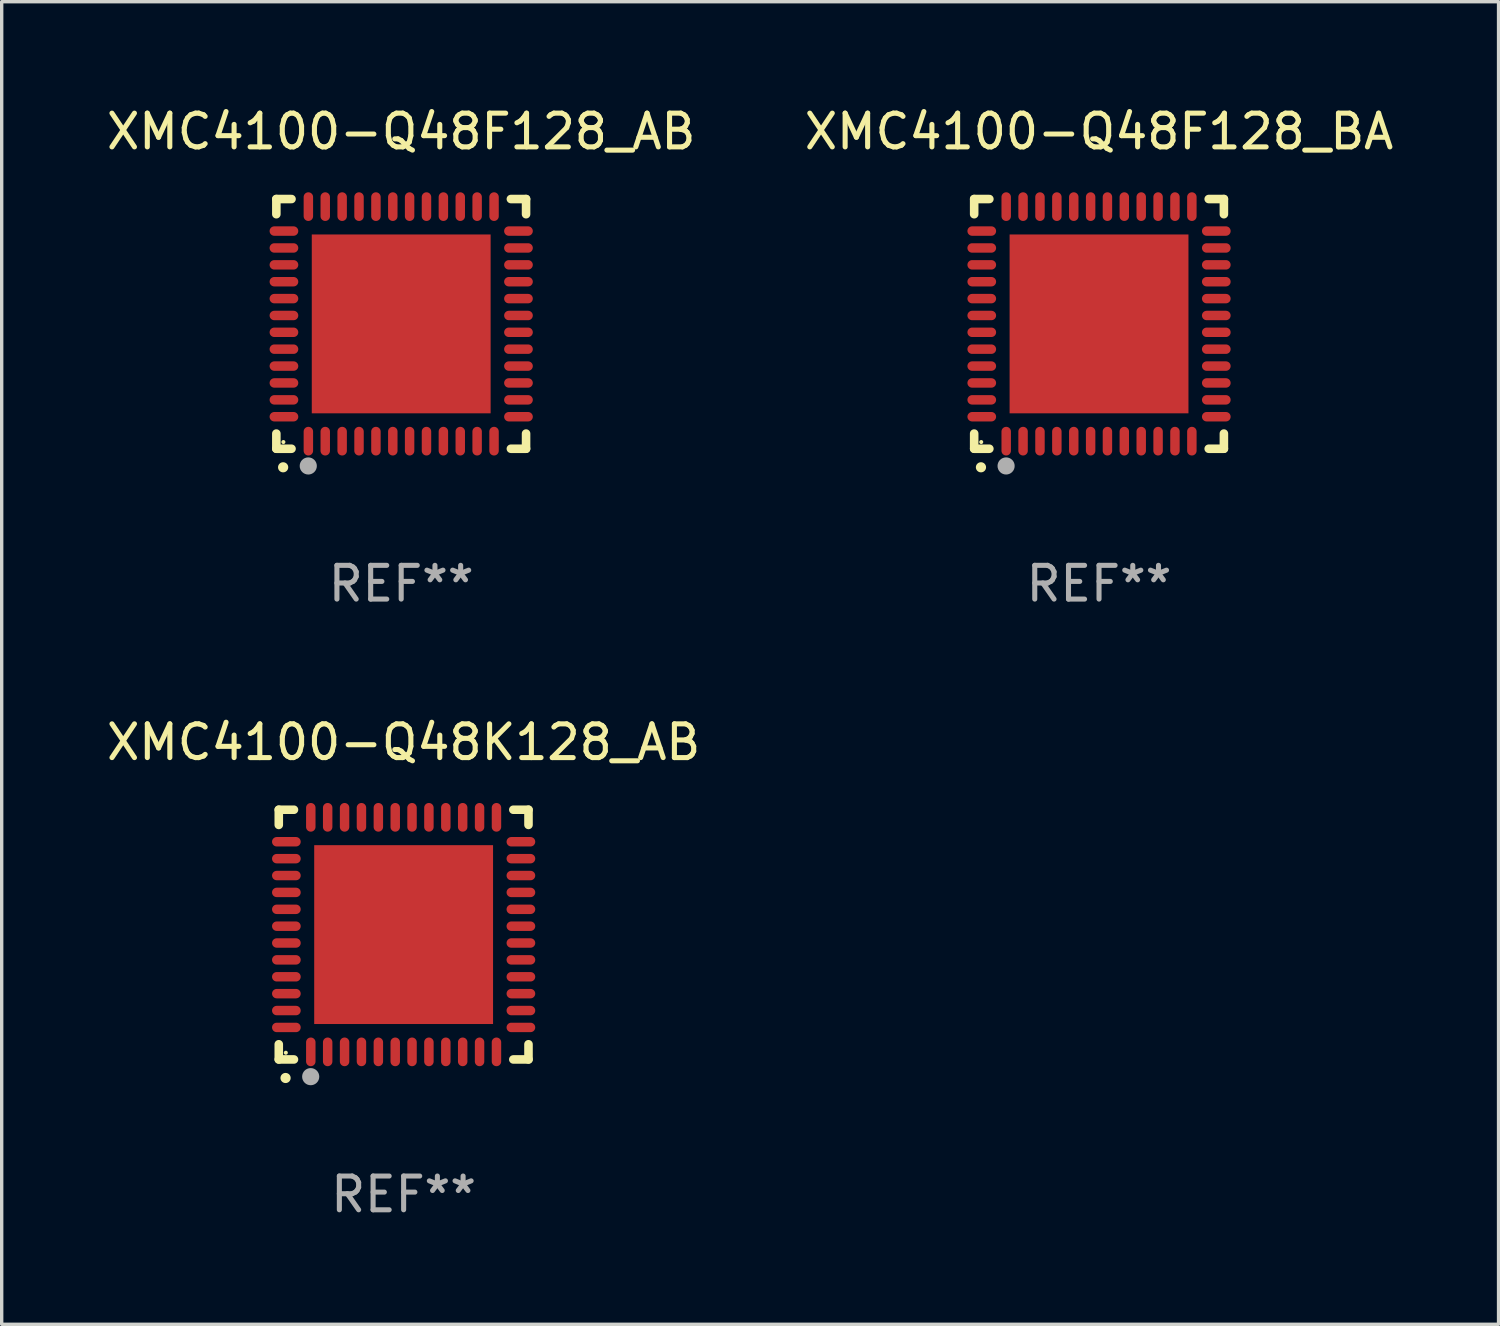
<source format=kicad_pcb>
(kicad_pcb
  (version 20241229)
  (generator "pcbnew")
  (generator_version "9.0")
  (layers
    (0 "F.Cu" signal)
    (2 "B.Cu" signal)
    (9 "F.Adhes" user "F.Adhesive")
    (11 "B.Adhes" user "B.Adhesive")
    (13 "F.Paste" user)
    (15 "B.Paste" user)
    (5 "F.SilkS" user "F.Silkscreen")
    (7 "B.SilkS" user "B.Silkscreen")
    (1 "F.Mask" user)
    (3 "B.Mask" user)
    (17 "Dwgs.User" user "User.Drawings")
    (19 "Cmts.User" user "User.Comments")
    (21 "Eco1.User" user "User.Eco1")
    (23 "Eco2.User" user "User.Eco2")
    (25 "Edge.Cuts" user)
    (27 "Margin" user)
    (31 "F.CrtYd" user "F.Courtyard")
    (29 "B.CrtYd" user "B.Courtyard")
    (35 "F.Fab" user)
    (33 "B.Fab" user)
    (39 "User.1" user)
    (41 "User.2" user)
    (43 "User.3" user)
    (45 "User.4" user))
  (footprint "XMC4100-Q48F128_AB"
    (layer "F.Cu")
    (at 8.839 6.548)
    (property "Reference" "XMC4100-Q48F128_AB" (at 0 -5.7 0) (layer "F.SilkS") (effects (font (size 1 1) (thickness 0.15))))
    (attr through_hole)
    (fp_line (start -3.7 -3.7) (end -3.25 -3.7) (stroke (width 0.254) (type solid)) (layer "F.SilkS"))
    (fp_line (start -3.7 -3.25) (end -3.7 -3.7) (stroke (width 0.254) (type solid)) (layer "F.SilkS"))
    (fp_line (start -3.7 3.7) (end -3.7 3.25) (stroke (width 0.254) (type solid)) (layer "F.SilkS"))
    (fp_line (start -3.25 3.7) (end -3.7 3.7) (stroke (width 0.254) (type solid)) (layer "F.SilkS"))
    (fp_line (start 3.25 3.7) (end 3.7 3.7) (stroke (width 0.254) (type solid)) (layer "F.SilkS"))
    (fp_line (start 3.7 -3.7) (end 3.25 -3.7) (stroke (width 0.254) (type solid)) (layer "F.SilkS"))
    (fp_line (start 3.7 -3.25) (end 3.7 -3.7) (stroke (width 0.254) (type solid)) (layer "F.SilkS"))
    (fp_line (start 3.7 3.7) (end 3.7 3.25) (stroke (width 0.254) (type solid)) (layer "F.SilkS"))
    (fp_arc (start -3.500127 4.249428) (mid -3.498857 4.249423) (end -3.497587 4.249428) (stroke (width 0.3) (type solid)) (layer "F.SilkS"))
    (fp_circle (center -3.491 3.501) (end -3.461 3.501) (stroke (width 0.06) (type solid)) (fill no) (layer "F.SilkS"))
    (fp_circle (center -2.754 4.21) (end -2.627 4.21) (stroke (width 0.254) (type solid)) (fill no) (layer "F.Fab"))
    (fp_text user "REF**" (at 0 7.7 0) (layer "F.Fab") (effects (font (size 1 1) (thickness 0.15))))
    (pad "1" smd oval (at -2.751 3.475) (size 0.28 0.85) (layers "F.Cu" "F.Mask" "F.Paste"))
    (pad "2" smd oval (at -2.251 3.475) (size 0.28 0.85) (layers "F.Cu" "F.Mask" "F.Paste"))
    (pad "3" smd oval (at -1.75 3.475) (size 0.28 0.85) (layers "F.Cu" "F.Mask" "F.Paste"))
    (pad "4" smd oval (at -1.25 3.475) (size 0.28 0.85) (layers "F.Cu" "F.Mask" "F.Paste"))
    (pad "5" smd oval (at -0.749 3.475) (size 0.28 0.85) (layers "F.Cu" "F.Mask" "F.Paste"))
    (pad "6" smd oval (at -0.249 3.475) (size 0.28 0.85) (layers "F.Cu" "F.Mask" "F.Paste"))
    (pad "7" smd oval (at 0.249 3.475) (size 0.28 0.85) (layers "F.Cu" "F.Mask" "F.Paste"))
    (pad "8" smd oval (at 0.749 3.475) (size 0.28 0.85) (layers "F.Cu" "F.Mask" "F.Paste"))
    (pad "9" smd oval (at 1.25 3.475) (size 0.28 0.85) (layers "F.Cu" "F.Mask" "F.Paste"))
    (pad "10" smd oval (at 1.75 3.475) (size 0.28 0.85) (layers "F.Cu" "F.Mask" "F.Paste"))
    (pad "11" smd oval (at 2.25 3.475) (size 0.28 0.85) (layers "F.Cu" "F.Mask" "F.Paste"))
    (pad "12" smd oval (at 2.751 3.475) (size 0.28 0.85) (layers "F.Cu" "F.Mask" "F.Paste"))
    (pad "13" smd oval (at 3.475 2.751) (size 0.85 0.28) (layers "F.Cu" "F.Mask" "F.Paste"))
    (pad "14" smd oval (at 3.475 2.251) (size 0.85 0.28) (layers "F.Cu" "F.Mask" "F.Paste"))
    (pad "15" smd oval (at 3.475 1.75) (size 0.85 0.28) (layers "F.Cu" "F.Mask" "F.Paste"))
    (pad "16" smd oval (at 3.475 1.25) (size 0.85 0.28) (layers "F.Cu" "F.Mask" "F.Paste"))
    (pad "17" smd oval (at 3.475 0.749) (size 0.85 0.28) (layers "F.Cu" "F.Mask" "F.Paste"))
    (pad "18" smd oval (at 3.475 0.249) (size 0.85 0.28) (layers "F.Cu" "F.Mask" "F.Paste"))
    (pad "19" smd oval (at 3.475 -0.249) (size 0.85 0.28) (layers "F.Cu" "F.Mask" "F.Paste"))
    (pad "20" smd oval (at 3.475 -0.749) (size 0.85 0.28) (layers "F.Cu" "F.Mask" "F.Paste"))
    (pad "21" smd oval (at 3.475 -1.25) (size 0.85 0.28) (layers "F.Cu" "F.Mask" "F.Paste"))
    (pad "22" smd oval (at 3.475 -1.75) (size 0.85 0.28) (layers "F.Cu" "F.Mask" "F.Paste"))
    (pad "23" smd oval (at 3.475 -2.25) (size 0.85 0.28) (layers "F.Cu" "F.Mask" "F.Paste"))
    (pad "24" smd oval (at 3.475 -2.751) (size 0.85 0.28) (layers "F.Cu" "F.Mask" "F.Paste"))
    (pad "25" smd oval (at 2.751 -3.475) (size 0.28 0.85) (layers "F.Cu" "F.Mask" "F.Paste"))
    (pad "26" smd oval (at 2.25 -3.475) (size 0.28 0.85) (layers "F.Cu" "F.Mask" "F.Paste"))
    (pad "27" smd oval (at 1.75 -3.475) (size 0.28 0.85) (layers "F.Cu" "F.Mask" "F.Paste"))
    (pad "28" smd oval (at 1.25 -3.475) (size 0.28 0.85) (layers "F.Cu" "F.Mask" "F.Paste"))
    (pad "29" smd oval (at 0.749 -3.475) (size 0.28 0.85) (layers "F.Cu" "F.Mask" "F.Paste"))
    (pad "30" smd oval (at 0.249 -3.475) (size 0.28 0.85) (layers "F.Cu" "F.Mask" "F.Paste"))
    (pad "31" smd oval (at -0.249 -3.475) (size 0.28 0.85) (layers "F.Cu" "F.Mask" "F.Paste"))
    (pad "32" smd oval (at -0.749 -3.475) (size 0.28 0.85) (layers "F.Cu" "F.Mask" "F.Paste"))
    (pad "33" smd oval (at -1.25 -3.475) (size 0.28 0.85) (layers "F.Cu" "F.Mask" "F.Paste"))
    (pad "34" smd oval (at -1.75 -3.475) (size 0.28 0.85) (layers "F.Cu" "F.Mask" "F.Paste"))
    (pad "35" smd oval (at -2.251 -3.475) (size 0.28 0.85) (layers "F.Cu" "F.Mask" "F.Paste"))
    (pad "36" smd oval (at -2.751 -3.475) (size 0.28 0.85) (layers "F.Cu" "F.Mask" "F.Paste"))
    (pad "37" smd oval (at -3.475 -2.751) (size 0.85 0.28) (layers "F.Cu" "F.Mask" "F.Paste"))
    (pad "38" smd oval (at -3.475 -2.25) (size 0.85 0.28) (layers "F.Cu" "F.Mask" "F.Paste"))
    (pad "39" smd oval (at -3.475 -1.75) (size 0.85 0.28) (layers "F.Cu" "F.Mask" "F.Paste"))
    (pad "40" smd oval (at -3.475 -1.25) (size 0.85 0.28) (layers "F.Cu" "F.Mask" "F.Paste"))
    (pad "41" smd oval (at -3.475 -0.749) (size 0.85 0.28) (layers "F.Cu" "F.Mask" "F.Paste"))
    (pad "42" smd oval (at -3.475 -0.249) (size 0.85 0.28) (layers "F.Cu" "F.Mask" "F.Paste"))
    (pad "43" smd oval (at -3.475 0.249) (size 0.85 0.28) (layers "F.Cu" "F.Mask" "F.Paste"))
    (pad "44" smd oval (at -3.475 0.749) (size 0.85 0.28) (layers "F.Cu" "F.Mask" "F.Paste"))
    (pad "45" smd oval (at -3.475 1.25) (size 0.85 0.28) (layers "F.Cu" "F.Mask" "F.Paste"))
    (pad "46" smd oval (at -3.475 1.75) (size 0.85 0.28) (layers "F.Cu" "F.Mask" "F.Paste"))
    (pad "47" smd oval (at -3.475 2.251) (size 0.85 0.28) (layers "F.Cu" "F.Mask" "F.Paste"))
    (pad "48" smd oval (at -3.475 2.751) (size 0.85 0.28) (layers "F.Cu" "F.Mask" "F.Paste"))
    (pad "49" smd rect (at -0.000102 0.000102) (size 5.3 5.3) (layers "F.Cu" "F.Mask" "F.Paste")))
  (footprint "XMC4100-Q48F128_BA"
    (layer "F.Cu")
    (at 29.518 6.548)
    (property "Reference" "XMC4100-Q48F128_BA" (at 0 -5.7 0) (layer "F.SilkS") (effects (font (size 1 1) (thickness 0.15))))
    (attr through_hole)
    (fp_line (start -3.7 -3.7) (end -3.25 -3.7) (stroke (width 0.254) (type solid)) (layer "F.SilkS"))
    (fp_line (start -3.7 -3.25) (end -3.7 -3.7) (stroke (width 0.254) (type solid)) (layer "F.SilkS"))
    (fp_line (start -3.7 3.7) (end -3.7 3.25) (stroke (width 0.254) (type solid)) (layer "F.SilkS"))
    (fp_line (start -3.25 3.7) (end -3.7 3.7) (stroke (width 0.254) (type solid)) (layer "F.SilkS"))
    (fp_line (start 3.25 3.7) (end 3.7 3.7) (stroke (width 0.254) (type solid)) (layer "F.SilkS"))
    (fp_line (start 3.7 -3.7) (end 3.25 -3.7) (stroke (width 0.254) (type solid)) (layer "F.SilkS"))
    (fp_line (start 3.7 -3.25) (end 3.7 -3.7) (stroke (width 0.254) (type solid)) (layer "F.SilkS"))
    (fp_line (start 3.7 3.7) (end 3.7 3.25) (stroke (width 0.254) (type solid)) (layer "F.SilkS"))
    (fp_arc (start -3.500127 4.249428) (mid -3.498857 4.249423) (end -3.497587 4.249428) (stroke (width 0.3) (type solid)) (layer "F.SilkS"))
    (fp_circle (center -3.491 3.501) (end -3.461 3.501) (stroke (width 0.06) (type solid)) (fill no) (layer "F.SilkS"))
    (fp_circle (center -2.754 4.21) (end -2.627 4.21) (stroke (width 0.254) (type solid)) (fill no) (layer "F.Fab"))
    (fp_text user "REF**" (at 0 7.7 0) (layer "F.Fab") (effects (font (size 1 1) (thickness 0.15))))
    (pad "1" smd oval (at -2.751 3.475) (size 0.28 0.85) (layers "F.Cu" "F.Mask" "F.Paste"))
    (pad "2" smd oval (at -2.251 3.475) (size 0.28 0.85) (layers "F.Cu" "F.Mask" "F.Paste"))
    (pad "3" smd oval (at -1.75 3.475) (size 0.28 0.85) (layers "F.Cu" "F.Mask" "F.Paste"))
    (pad "4" smd oval (at -1.25 3.475) (size 0.28 0.85) (layers "F.Cu" "F.Mask" "F.Paste"))
    (pad "5" smd oval (at -0.749 3.475) (size 0.28 0.85) (layers "F.Cu" "F.Mask" "F.Paste"))
    (pad "6" smd oval (at -0.249 3.475) (size 0.28 0.85) (layers "F.Cu" "F.Mask" "F.Paste"))
    (pad "7" smd oval (at 0.249 3.475) (size 0.28 0.85) (layers "F.Cu" "F.Mask" "F.Paste"))
    (pad "8" smd oval (at 0.749 3.475) (size 0.28 0.85) (layers "F.Cu" "F.Mask" "F.Paste"))
    (pad "9" smd oval (at 1.25 3.475) (size 0.28 0.85) (layers "F.Cu" "F.Mask" "F.Paste"))
    (pad "10" smd oval (at 1.75 3.475) (size 0.28 0.85) (layers "F.Cu" "F.Mask" "F.Paste"))
    (pad "11" smd oval (at 2.25 3.475) (size 0.28 0.85) (layers "F.Cu" "F.Mask" "F.Paste"))
    (pad "12" smd oval (at 2.751 3.475) (size 0.28 0.85) (layers "F.Cu" "F.Mask" "F.Paste"))
    (pad "13" smd oval (at 3.475 2.751) (size 0.85 0.28) (layers "F.Cu" "F.Mask" "F.Paste"))
    (pad "14" smd oval (at 3.475 2.251) (size 0.85 0.28) (layers "F.Cu" "F.Mask" "F.Paste"))
    (pad "15" smd oval (at 3.475 1.75) (size 0.85 0.28) (layers "F.Cu" "F.Mask" "F.Paste"))
    (pad "16" smd oval (at 3.475 1.25) (size 0.85 0.28) (layers "F.Cu" "F.Mask" "F.Paste"))
    (pad "17" smd oval (at 3.475 0.749) (size 0.85 0.28) (layers "F.Cu" "F.Mask" "F.Paste"))
    (pad "18" smd oval (at 3.475 0.249) (size 0.85 0.28) (layers "F.Cu" "F.Mask" "F.Paste"))
    (pad "19" smd oval (at 3.475 -0.249) (size 0.85 0.28) (layers "F.Cu" "F.Mask" "F.Paste"))
    (pad "20" smd oval (at 3.475 -0.749) (size 0.85 0.28) (layers "F.Cu" "F.Mask" "F.Paste"))
    (pad "21" smd oval (at 3.475 -1.25) (size 0.85 0.28) (layers "F.Cu" "F.Mask" "F.Paste"))
    (pad "22" smd oval (at 3.475 -1.75) (size 0.85 0.28) (layers "F.Cu" "F.Mask" "F.Paste"))
    (pad "23" smd oval (at 3.475 -2.25) (size 0.85 0.28) (layers "F.Cu" "F.Mask" "F.Paste"))
    (pad "24" smd oval (at 3.475 -2.751) (size 0.85 0.28) (layers "F.Cu" "F.Mask" "F.Paste"))
    (pad "25" smd oval (at 2.751 -3.475) (size 0.28 0.85) (layers "F.Cu" "F.Mask" "F.Paste"))
    (pad "26" smd oval (at 2.25 -3.475) (size 0.28 0.85) (layers "F.Cu" "F.Mask" "F.Paste"))
    (pad "27" smd oval (at 1.75 -3.475) (size 0.28 0.85) (layers "F.Cu" "F.Mask" "F.Paste"))
    (pad "28" smd oval (at 1.25 -3.475) (size 0.28 0.85) (layers "F.Cu" "F.Mask" "F.Paste"))
    (pad "29" smd oval (at 0.749 -3.475) (size 0.28 0.85) (layers "F.Cu" "F.Mask" "F.Paste"))
    (pad "30" smd oval (at 0.249 -3.475) (size 0.28 0.85) (layers "F.Cu" "F.Mask" "F.Paste"))
    (pad "31" smd oval (at -0.249 -3.475) (size 0.28 0.85) (layers "F.Cu" "F.Mask" "F.Paste"))
    (pad "32" smd oval (at -0.749 -3.475) (size 0.28 0.85) (layers "F.Cu" "F.Mask" "F.Paste"))
    (pad "33" smd oval (at -1.25 -3.475) (size 0.28 0.85) (layers "F.Cu" "F.Mask" "F.Paste"))
    (pad "34" smd oval (at -1.75 -3.475) (size 0.28 0.85) (layers "F.Cu" "F.Mask" "F.Paste"))
    (pad "35" smd oval (at -2.251 -3.475) (size 0.28 0.85) (layers "F.Cu" "F.Mask" "F.Paste"))
    (pad "36" smd oval (at -2.751 -3.475) (size 0.28 0.85) (layers "F.Cu" "F.Mask" "F.Paste"))
    (pad "37" smd oval (at -3.475 -2.751) (size 0.85 0.28) (layers "F.Cu" "F.Mask" "F.Paste"))
    (pad "38" smd oval (at -3.475 -2.25) (size 0.85 0.28) (layers "F.Cu" "F.Mask" "F.Paste"))
    (pad "39" smd oval (at -3.475 -1.75) (size 0.85 0.28) (layers "F.Cu" "F.Mask" "F.Paste"))
    (pad "40" smd oval (at -3.475 -1.25) (size 0.85 0.28) (layers "F.Cu" "F.Mask" "F.Paste"))
    (pad "41" smd oval (at -3.475 -0.749) (size 0.85 0.28) (layers "F.Cu" "F.Mask" "F.Paste"))
    (pad "42" smd oval (at -3.475 -0.249) (size 0.85 0.28) (layers "F.Cu" "F.Mask" "F.Paste"))
    (pad "43" smd oval (at -3.475 0.249) (size 0.85 0.28) (layers "F.Cu" "F.Mask" "F.Paste"))
    (pad "44" smd oval (at -3.475 0.749) (size 0.85 0.28) (layers "F.Cu" "F.Mask" "F.Paste"))
    (pad "45" smd oval (at -3.475 1.25) (size 0.85 0.28) (layers "F.Cu" "F.Mask" "F.Paste"))
    (pad "46" smd oval (at -3.475 1.75) (size 0.85 0.28) (layers "F.Cu" "F.Mask" "F.Paste"))
    (pad "47" smd oval (at -3.475 2.251) (size 0.85 0.28) (layers "F.Cu" "F.Mask" "F.Paste"))
    (pad "48" smd oval (at -3.475 2.751) (size 0.85 0.28) (layers "F.Cu" "F.Mask" "F.Paste"))
    (pad "49" smd rect (at -0.000102 0.000102) (size 5.3 5.3) (layers "F.Cu" "F.Mask" "F.Paste")))
  (footprint "XMC4100-Q48K128_AB"
    (layer "F.Cu")
    (at 8.911 24.645)
    (property "Reference" "XMC4100-Q48K128_AB" (at 0 -5.7 0) (layer "F.SilkS") (effects (font (size 1 1) (thickness 0.15))))
    (attr through_hole)
    (fp_line (start -3.7 -3.7) (end -3.25 -3.7) (stroke (width 0.254) (type solid)) (layer "F.SilkS"))
    (fp_line (start -3.7 -3.25) (end -3.7 -3.7) (stroke (width 0.254) (type solid)) (layer "F.SilkS"))
    (fp_line (start -3.7 3.7) (end -3.7 3.25) (stroke (width 0.254) (type solid)) (layer "F.SilkS"))
    (fp_line (start -3.25 3.7) (end -3.7 3.7) (stroke (width 0.254) (type solid)) (layer "F.SilkS"))
    (fp_line (start 3.25 3.7) (end 3.7 3.7) (stroke (width 0.254) (type solid)) (layer "F.SilkS"))
    (fp_line (start 3.7 -3.7) (end 3.25 -3.7) (stroke (width 0.254) (type solid)) (layer "F.SilkS"))
    (fp_line (start 3.7 -3.25) (end 3.7 -3.7) (stroke (width 0.254) (type solid)) (layer "F.SilkS"))
    (fp_line (start 3.7 3.7) (end 3.7 3.25) (stroke (width 0.254) (type solid)) (layer "F.SilkS"))
    (fp_arc (start -3.500127 4.249428) (mid -3.498857 4.249423) (end -3.497587 4.249428) (stroke (width 0.3) (type solid)) (layer "F.SilkS"))
    (fp_circle (center -3.491 3.501) (end -3.461 3.501) (stroke (width 0.06) (type solid)) (fill no) (layer "F.SilkS"))
    (fp_circle (center -2.754 4.21) (end -2.627 4.21) (stroke (width 0.254) (type solid)) (fill no) (layer "F.Fab"))
    (fp_text user "REF**" (at 0 7.7 0) (layer "F.Fab") (effects (font (size 1 1) (thickness 0.15))))
    (pad "1" smd oval (at -2.751 3.475) (size 0.28 0.85) (layers "F.Cu" "F.Mask" "F.Paste"))
    (pad "2" smd oval (at -2.251 3.475) (size 0.28 0.85) (layers "F.Cu" "F.Mask" "F.Paste"))
    (pad "3" smd oval (at -1.75 3.475) (size 0.28 0.85) (layers "F.Cu" "F.Mask" "F.Paste"))
    (pad "4" smd oval (at -1.25 3.475) (size 0.28 0.85) (layers "F.Cu" "F.Mask" "F.Paste"))
    (pad "5" smd oval (at -0.749 3.475) (size 0.28 0.85) (layers "F.Cu" "F.Mask" "F.Paste"))
    (pad "6" smd oval (at -0.249 3.475) (size 0.28 0.85) (layers "F.Cu" "F.Mask" "F.Paste"))
    (pad "7" smd oval (at 0.249 3.475) (size 0.28 0.85) (layers "F.Cu" "F.Mask" "F.Paste"))
    (pad "8" smd oval (at 0.749 3.475) (size 0.28 0.85) (layers "F.Cu" "F.Mask" "F.Paste"))
    (pad "9" smd oval (at 1.25 3.475) (size 0.28 0.85) (layers "F.Cu" "F.Mask" "F.Paste"))
    (pad "10" smd oval (at 1.75 3.475) (size 0.28 0.85) (layers "F.Cu" "F.Mask" "F.Paste"))
    (pad "11" smd oval (at 2.25 3.475) (size 0.28 0.85) (layers "F.Cu" "F.Mask" "F.Paste"))
    (pad "12" smd oval (at 2.751 3.475) (size 0.28 0.85) (layers "F.Cu" "F.Mask" "F.Paste"))
    (pad "13" smd oval (at 3.475 2.751) (size 0.85 0.28) (layers "F.Cu" "F.Mask" "F.Paste"))
    (pad "14" smd oval (at 3.475 2.251) (size 0.85 0.28) (layers "F.Cu" "F.Mask" "F.Paste"))
    (pad "15" smd oval (at 3.475 1.75) (size 0.85 0.28) (layers "F.Cu" "F.Mask" "F.Paste"))
    (pad "16" smd oval (at 3.475 1.25) (size 0.85 0.28) (layers "F.Cu" "F.Mask" "F.Paste"))
    (pad "17" smd oval (at 3.475 0.749) (size 0.85 0.28) (layers "F.Cu" "F.Mask" "F.Paste"))
    (pad "18" smd oval (at 3.475 0.249) (size 0.85 0.28) (layers "F.Cu" "F.Mask" "F.Paste"))
    (pad "19" smd oval (at 3.475 -0.249) (size 0.85 0.28) (layers "F.Cu" "F.Mask" "F.Paste"))
    (pad "20" smd oval (at 3.475 -0.749) (size 0.85 0.28) (layers "F.Cu" "F.Mask" "F.Paste"))
    (pad "21" smd oval (at 3.475 -1.25) (size 0.85 0.28) (layers "F.Cu" "F.Mask" "F.Paste"))
    (pad "22" smd oval (at 3.475 -1.75) (size 0.85 0.28) (layers "F.Cu" "F.Mask" "F.Paste"))
    (pad "23" smd oval (at 3.475 -2.25) (size 0.85 0.28) (layers "F.Cu" "F.Mask" "F.Paste"))
    (pad "24" smd oval (at 3.475 -2.751) (size 0.85 0.28) (layers "F.Cu" "F.Mask" "F.Paste"))
    (pad "25" smd oval (at 2.751 -3.475) (size 0.28 0.85) (layers "F.Cu" "F.Mask" "F.Paste"))
    (pad "26" smd oval (at 2.25 -3.475) (size 0.28 0.85) (layers "F.Cu" "F.Mask" "F.Paste"))
    (pad "27" smd oval (at 1.75 -3.475) (size 0.28 0.85) (layers "F.Cu" "F.Mask" "F.Paste"))
    (pad "28" smd oval (at 1.25 -3.475) (size 0.28 0.85) (layers "F.Cu" "F.Mask" "F.Paste"))
    (pad "29" smd oval (at 0.749 -3.475) (size 0.28 0.85) (layers "F.Cu" "F.Mask" "F.Paste"))
    (pad "30" smd oval (at 0.249 -3.475) (size 0.28 0.85) (layers "F.Cu" "F.Mask" "F.Paste"))
    (pad "31" smd oval (at -0.249 -3.475) (size 0.28 0.85) (layers "F.Cu" "F.Mask" "F.Paste"))
    (pad "32" smd oval (at -0.749 -3.475) (size 0.28 0.85) (layers "F.Cu" "F.Mask" "F.Paste"))
    (pad "33" smd oval (at -1.25 -3.475) (size 0.28 0.85) (layers "F.Cu" "F.Mask" "F.Paste"))
    (pad "34" smd oval (at -1.75 -3.475) (size 0.28 0.85) (layers "F.Cu" "F.Mask" "F.Paste"))
    (pad "35" smd oval (at -2.251 -3.475) (size 0.28 0.85) (layers "F.Cu" "F.Mask" "F.Paste"))
    (pad "36" smd oval (at -2.751 -3.475) (size 0.28 0.85) (layers "F.Cu" "F.Mask" "F.Paste"))
    (pad "37" smd oval (at -3.475 -2.751) (size 0.85 0.28) (layers "F.Cu" "F.Mask" "F.Paste"))
    (pad "38" smd oval (at -3.475 -2.25) (size 0.85 0.28) (layers "F.Cu" "F.Mask" "F.Paste"))
    (pad "39" smd oval (at -3.475 -1.75) (size 0.85 0.28) (layers "F.Cu" "F.Mask" "F.Paste"))
    (pad "40" smd oval (at -3.475 -1.25) (size 0.85 0.28) (layers "F.Cu" "F.Mask" "F.Paste"))
    (pad "41" smd oval (at -3.475 -0.749) (size 0.85 0.28) (layers "F.Cu" "F.Mask" "F.Paste"))
    (pad "42" smd oval (at -3.475 -0.249) (size 0.85 0.28) (layers "F.Cu" "F.Mask" "F.Paste"))
    (pad "43" smd oval (at -3.475 0.249) (size 0.85 0.28) (layers "F.Cu" "F.Mask" "F.Paste"))
    (pad "44" smd oval (at -3.475 0.749) (size 0.85 0.28) (layers "F.Cu" "F.Mask" "F.Paste"))
    (pad "45" smd oval (at -3.475 1.25) (size 0.85 0.28) (layers "F.Cu" "F.Mask" "F.Paste"))
    (pad "46" smd oval (at -3.475 1.75) (size 0.85 0.28) (layers "F.Cu" "F.Mask" "F.Paste"))
    (pad "47" smd oval (at -3.475 2.251) (size 0.85 0.28) (layers "F.Cu" "F.Mask" "F.Paste"))
    (pad "48" smd oval (at -3.475 2.751) (size 0.85 0.28) (layers "F.Cu" "F.Mask" "F.Paste"))
    (pad "49" smd rect (at -0.000102 0.000102) (size 5.3 5.3) (layers "F.Cu" "F.Mask" "F.Paste")))
  (gr_rect
    (start -3 -3)
    (end 41.357 36.193)
    (stroke (width 0.1) (type default))
    (fill no)
    (layer "Edge.Cuts")))
</source>
